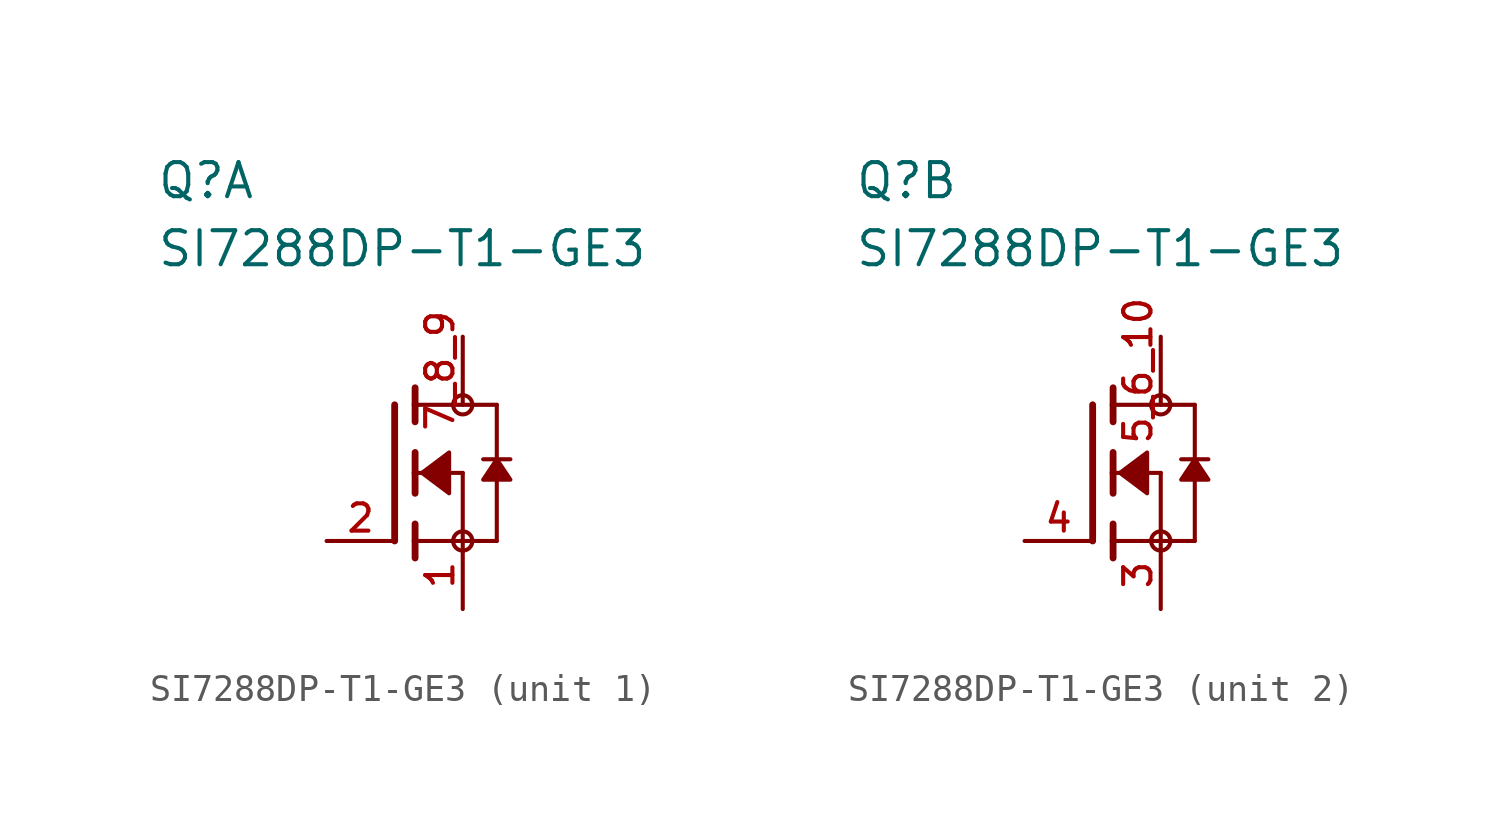
<source format=kicad_sym>
(kicad_symbol_lib
  (version 20211014)
  (generator kicad_symbol_editor)
  (symbol "SI7288DP-T1-GE3"
    (pin_names
      (offset 1.016))
    (property "Reference" "Q"
      (at -11.43 10.16 0)
      (effects (font (size 1.27 1.27)) (justify bottom left)))
    (property "Value" "SI7288DP-T1-GE3"
      (at -11.43 7.62 0)
      (effects (font (size 1.27 1.27)) (justify bottom left)))
    (symbol "SI7288DP-T1-GE3_1_0"
      (polyline (pts (xy -1.778 0.762) (xy -1.778 0.0)) (stroke (width 0.254)))
      (polyline (pts (xy -1.778 0.0) (xy -1.778 -0.762)) (stroke (width 0.254)))
      (polyline (pts (xy -1.778 3.175) (xy -1.778 2.54)) (stroke (width 0.254)))
      (polyline (pts (xy -1.778 2.54) (xy -1.778 1.905)) (stroke (width 0.254)))
      (polyline (pts (xy -1.778 0.0) (xy 0.0 0.0)) (stroke (width 0.152)))
      (polyline (pts (xy 0.0 0.0) (xy 0.0 -2.54)) (stroke (width 0.152)))
      (polyline (pts (xy -1.778 -1.905) (xy -1.778 -2.54)) (stroke (width 0.254)))
      (polyline (pts (xy -1.778 -2.54) (xy -1.778 -3.175)) (stroke (width 0.254)))
      (polyline (pts (xy -2.54 2.54) (xy -2.54 -2.54)) (stroke (width 0.254)))
      (polyline (pts (xy 0.0 -2.54) (xy -1.778 -2.54)) (stroke (width 0.152)))
      (polyline (pts (xy 1.27 2.54) (xy 1.27 0.508)) (stroke (width 0.152)))
      (polyline (pts (xy 1.27 0.508) (xy 1.27 -2.54)) (stroke (width 0.152)))
      (polyline (pts (xy 0.0 -2.54) (xy 1.27 -2.54)) (stroke (width 0.152)))
      (polyline (pts (xy -1.778 2.54) (xy 1.27 2.54)) (stroke (width 0.152)))
      (polyline (pts (xy 1.778 0.508) (xy 1.27 0.508)) (stroke (width 0.152)))
      (polyline (pts (xy 1.27 0.508) (xy 0.762 0.508)) (stroke (width 0.152)))
      (circle (center 0.0 -2.54) (radius 0.359) (stroke (width 0.0)) (fill (type none)))
      (circle (center 0.0 2.54) (radius 0.359) (stroke (width 0.0)) (fill (type none)))
      (polyline (pts (xy 1.27 0.508) (xy 0.762 -0.254) (xy 1.778 -0.254) (xy 1.27 0.508)) (stroke (width 0.152)) (fill (type outline)))
      (polyline (pts (xy -1.524 0.0) (xy -0.508 0.762) (xy -0.508 -0.762) (xy -1.524 0.0)) (stroke (width 0.152)) (fill (type outline)))
      (pin passive line (at 0.0 -5.08 90.0) (length 2.54) (name "~" (effects (font (size 1.016 1.016)))) (number "1" (effects (font (size 1.016 1.016)))))
      (pin passive line (at -5.08 -2.54 0) (length 2.54) (name "~" (effects (font (size 1.016 1.016)))) (number "2" (effects (font (size 1.016 1.016)))))
      (pin passive line (at 0.0 5.08 270.0) (length 2.54) (name "~" (effects (font (size 1.016 1.016)))) (number "7_8_9" (effects (font (size 1.016 1.016))))))
    (symbol "SI7288DP-T1-GE3_2_0"
      (polyline (pts (xy -1.778 0.762) (xy -1.778 0.0)) (stroke (width 0.254)))
      (polyline (pts (xy -1.778 0.0) (xy -1.778 -0.762)) (stroke (width 0.254)))
      (polyline (pts (xy -1.778 3.175) (xy -1.778 2.54)) (stroke (width 0.254)))
      (polyline (pts (xy -1.778 2.54) (xy -1.778 1.905)) (stroke (width 0.254)))
      (polyline (pts (xy -1.778 0.0) (xy 0.0 0.0)) (stroke (width 0.152)))
      (polyline (pts (xy 0.0 0.0) (xy 0.0 -2.54)) (stroke (width 0.152)))
      (polyline (pts (xy -1.778 -1.905) (xy -1.778 -2.54)) (stroke (width 0.254)))
      (polyline (pts (xy -1.778 -2.54) (xy -1.778 -3.175)) (stroke (width 0.254)))
      (polyline (pts (xy -2.54 2.54) (xy -2.54 -2.54)) (stroke (width 0.254)))
      (polyline (pts (xy 0.0 -2.54) (xy -1.778 -2.54)) (stroke (width 0.152)))
      (polyline (pts (xy 1.27 2.54) (xy 1.27 0.508)) (stroke (width 0.152)))
      (polyline (pts (xy 1.27 0.508) (xy 1.27 -2.54)) (stroke (width 0.152)))
      (polyline (pts (xy 0.0 -2.54) (xy 1.27 -2.54)) (stroke (width 0.152)))
      (polyline (pts (xy -1.778 2.54) (xy 1.27 2.54)) (stroke (width 0.152)))
      (polyline (pts (xy 1.778 0.508) (xy 1.27 0.508)) (stroke (width 0.152)))
      (polyline (pts (xy 1.27 0.508) (xy 0.762 0.508)) (stroke (width 0.152)))
      (circle (center 0.0 -2.54) (radius 0.359) (stroke (width 0.0)) (fill (type none)))
      (circle (center 0.0 2.54) (radius 0.359) (stroke (width 0.0)) (fill (type none)))
      (polyline (pts (xy 1.27 0.508) (xy 0.762 -0.254) (xy 1.778 -0.254) (xy 1.27 0.508)) (stroke (width 0.152)) (fill (type outline)))
      (polyline (pts (xy -1.524 0.0) (xy -0.508 0.762) (xy -0.508 -0.762) (xy -1.524 0.0)) (stroke (width 0.152)) (fill (type outline)))
      (pin passive line (at 0.0 -5.08 90.0) (length 2.54) (name "~" (effects (font (size 1.016 1.016)))) (number "3" (effects (font (size 1.016 1.016)))))
      (pin passive line (at -5.08 -2.54 0) (length 2.54) (name "~" (effects (font (size 1.016 1.016)))) (number "4" (effects (font (size 1.016 1.016)))))
      (pin passive line (at 0.0 5.08 270.0) (length 2.54) (name "~" (effects (font (size 1.016 1.016)))) (number "5_6_10" (effects (font (size 1.016 1.016))))))))
</source>
